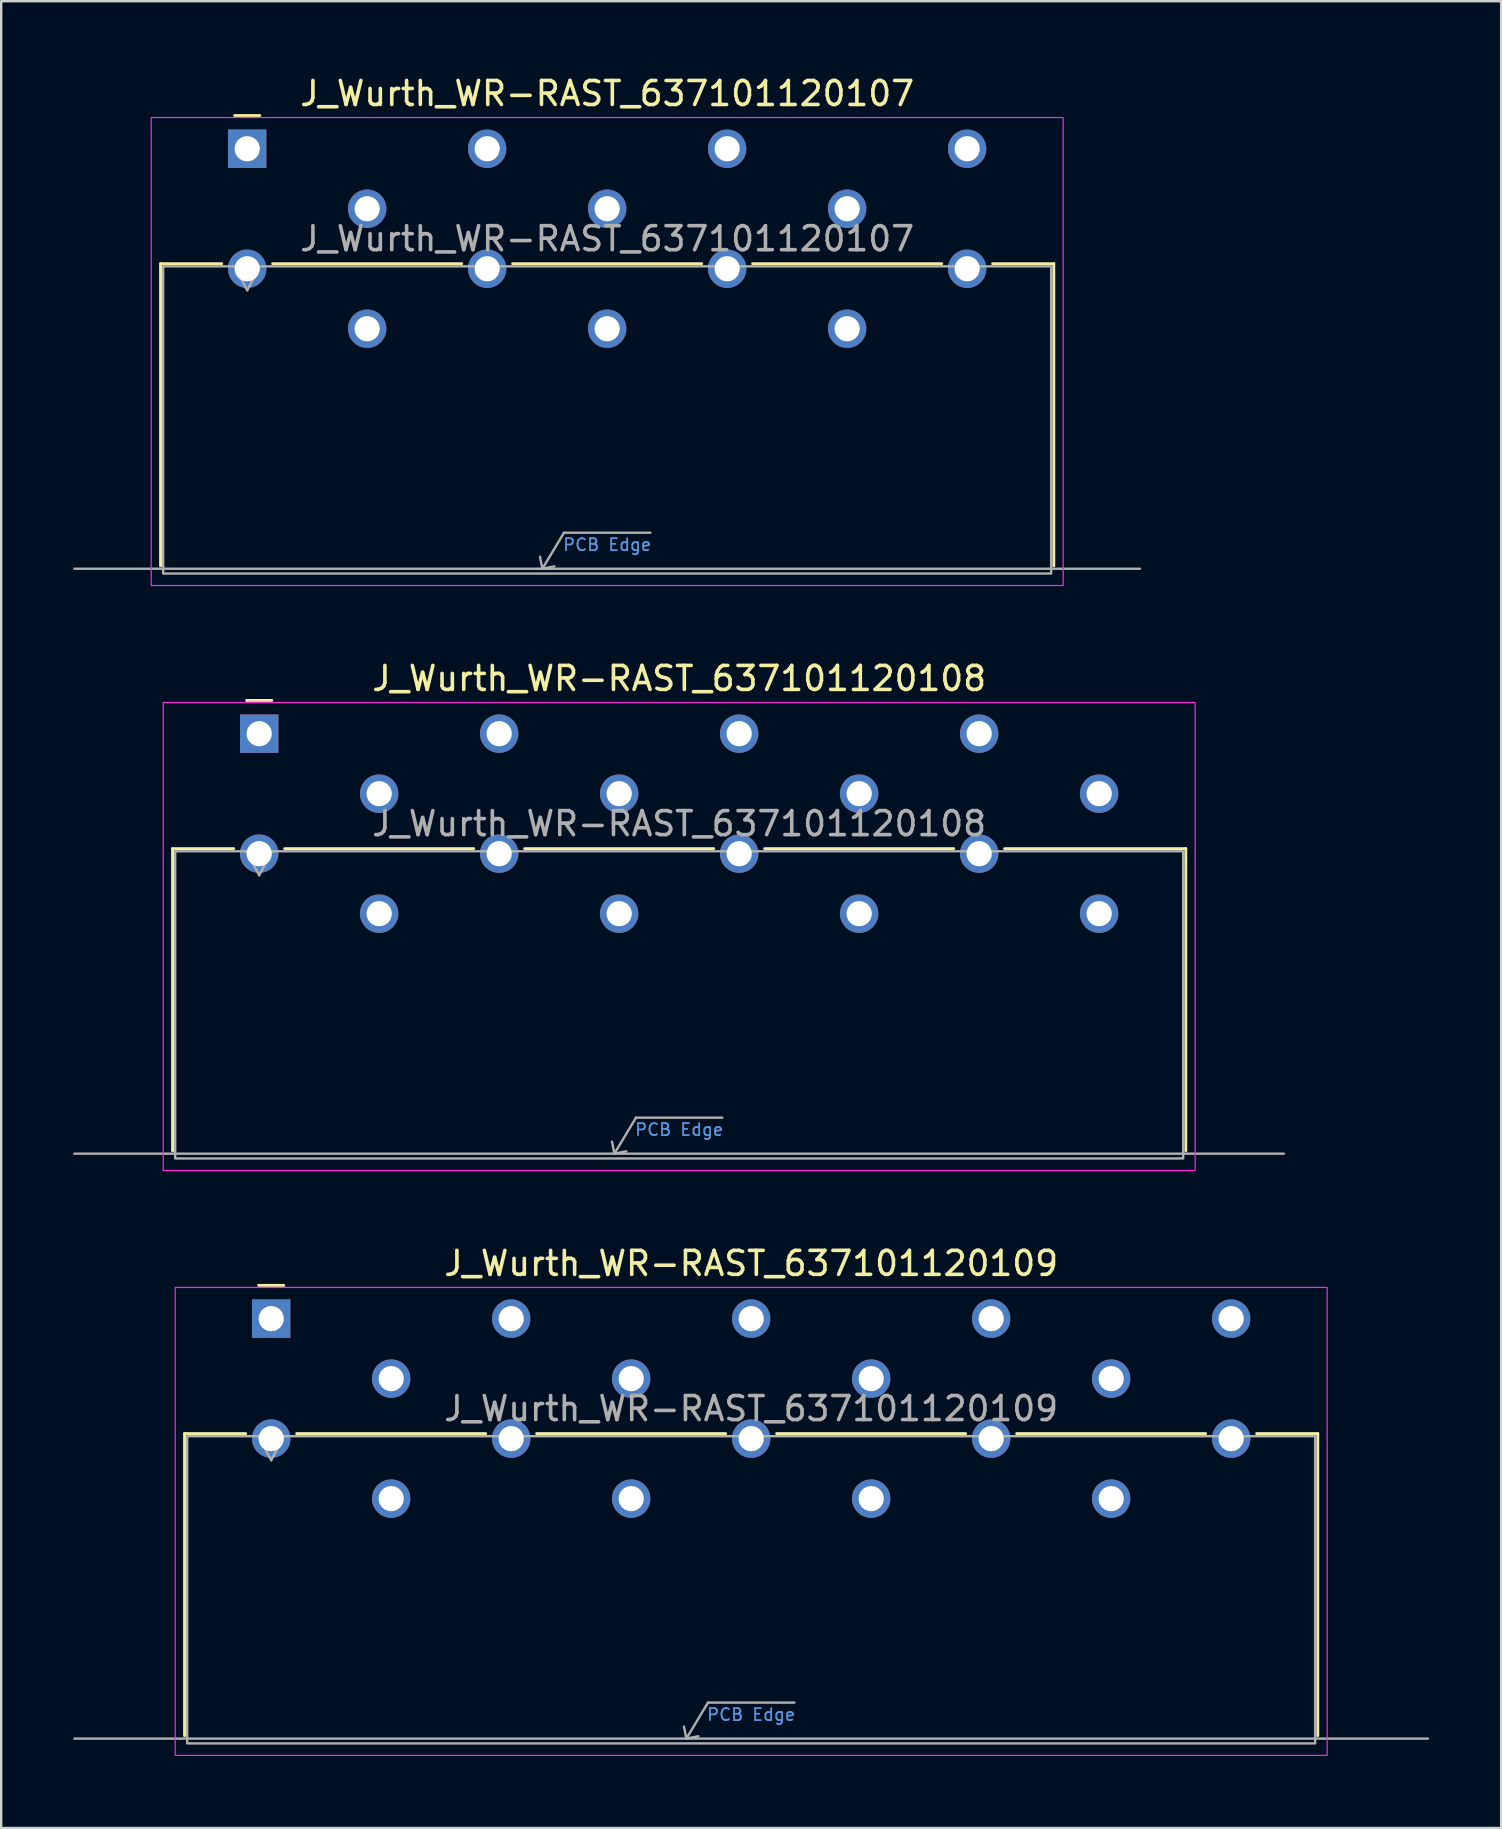
<source format=kicad_pcb>
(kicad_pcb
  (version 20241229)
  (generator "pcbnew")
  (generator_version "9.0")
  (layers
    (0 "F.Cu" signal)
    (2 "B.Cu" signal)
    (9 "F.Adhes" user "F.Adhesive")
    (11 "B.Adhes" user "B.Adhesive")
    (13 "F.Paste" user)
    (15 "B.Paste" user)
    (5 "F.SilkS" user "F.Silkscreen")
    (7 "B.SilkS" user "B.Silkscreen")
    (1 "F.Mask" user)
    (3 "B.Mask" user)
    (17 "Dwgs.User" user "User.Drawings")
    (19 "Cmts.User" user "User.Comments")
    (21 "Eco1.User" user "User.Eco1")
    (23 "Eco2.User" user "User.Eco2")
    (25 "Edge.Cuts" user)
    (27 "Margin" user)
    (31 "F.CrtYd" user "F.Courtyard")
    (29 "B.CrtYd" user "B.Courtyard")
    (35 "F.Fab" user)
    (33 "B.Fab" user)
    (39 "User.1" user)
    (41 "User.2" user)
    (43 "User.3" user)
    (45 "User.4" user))
  (footprint "J_Wurth_WR-RAST_637101120108"
    (layer "F.Cu")
    (at 7.75 27.521)
    (property "Reference" "J_Wurth_WR-RAST_637101120108" (at 17.5 -2.3 0) (unlocked yes) (layer "F.SilkS") (effects (font (size 1 1) (thickness 0.15))))
    (attr smd)
    (fp_line (start -3.61 4.79) (end -3.61 17.38) (stroke (width 0.12) (type default)) (layer "F.SilkS"))
    (fp_line (start -3.61 4.79) (end -1.06 4.79) (stroke (width 0.12) (type default)) (layer "F.SilkS"))
    (fp_line (start -0.525 -1.385) (end 0.525 -1.385) (stroke (width 0.12) (type default)) (layer "F.SilkS"))
    (fp_line (start 1.06 4.79) (end 8.94 4.79) (stroke (width 0.12) (type default)) (layer "F.SilkS"))
    (fp_line (start 11.06 4.79) (end 18.94 4.79) (stroke (width 0.12) (type default)) (layer "F.SilkS"))
    (fp_line (start 21.06 4.79) (end 28.94 4.79) (stroke (width 0.12) (type default)) (layer "F.SilkS"))
    (fp_line (start 38.61 4.79) (end 31.06 4.79) (stroke (width 0.12) (type default)) (layer "F.SilkS"))
    (fp_line (start 38.61 4.79) (end 38.61 17.38) (stroke (width 0.12) (type default)) (layer "F.SilkS"))
    (fp_rect (start -4 -1.3) (end 39 18.2) (stroke (width 0.05) (type default)) (fill no) (layer "F.CrtYd"))
    (fp_line (start -7.7 17.5) (end 42.7 17.5) (stroke (width 0.1) (type default)) (layer "F.Fab"))
    (fp_line (start -0.525 4.9) (end 0 5.9) (stroke (width 0.1) (type default)) (layer "F.Fab"))
    (fp_line (start 0.525 4.9) (end 0 5.9) (stroke (width 0.1) (type default)) (layer "F.Fab"))
    (fp_line (start 14.8 17.5) (end 14.7 17) (stroke (width 0.1) (type default)) (layer "F.Fab"))
    (fp_line (start 14.8 17.5) (end 15.3 17.4) (stroke (width 0.1) (type default)) (layer "F.Fab"))
    (fp_line (start 14.8 17.5) (end 15.7 16) (stroke (width 0.1) (type default)) (layer "F.Fab"))
    (fp_line (start 15.7 16) (end 19.3 16) (stroke (width 0.1) (type default)) (layer "F.Fab"))
    (fp_rect (start -3.5 4.9) (end 38.5 17.7) (stroke (width 0.1) (type default)) (fill no) (layer "F.Fab"))
    (fp_text user "PCB Edge" (at 17.5 16.5 0) (unlocked yes) (layer "Cmts.User") (effects (font (size 0.5 0.5) (thickness 0.075))))
    (fp_text user "${REFERENCE}" (at 17.5 3.75 0) (unlocked yes) (layer "F.Fab") (effects (font (size 1 1) (thickness 0.15))))
    (pad "1" thru_hole rect (at 0 0) (size 1.6 1.6) (drill 1.05) (layers "*.Cu" "*.Mask"))
    (pad "2" thru_hole circle (at 5 2.5) (size 1.6 1.6) (drill 1.05) (layers "*.Cu" "*.Mask"))
    (pad "3" thru_hole circle (at 10 0) (size 1.6 1.6) (drill 1.05) (layers "*.Cu" "*.Mask"))
    (pad "4" thru_hole circle (at 15 2.5) (size 1.6 1.6) (drill 1.05) (layers "*.Cu" "*.Mask"))
    (pad "5" thru_hole circle (at 20 0) (size 1.6 1.6) (drill 1.05) (layers "*.Cu" "*.Mask"))
    (pad "6" thru_hole circle (at 25 2.5) (size 1.6 1.6) (drill 1.05) (layers "*.Cu" "*.Mask"))
    (pad "7" thru_hole circle (at 30 0) (size 1.6 1.6) (drill 1.05) (layers "*.Cu" "*.Mask"))
    (pad "8" thru_hole circle (at 35 2.5) (size 1.6 1.6) (drill 1.05) (layers "*.Cu" "*.Mask"))
    (pad "A1" thru_hole circle (at 0 5) (size 1.6 1.6) (drill 1.05) (layers "*.Cu" "*.Mask"))
    (pad "A2" thru_hole circle (at 5 7.5) (size 1.6 1.6) (drill 1.05) (layers "*.Cu" "*.Mask"))
    (pad "A3" thru_hole circle (at 10 5) (size 1.6 1.6) (drill 1.05) (layers "*.Cu" "*.Mask"))
    (pad "A4" thru_hole circle (at 15 7.5) (size 1.6 1.6) (drill 1.05) (layers "*.Cu" "*.Mask"))
    (pad "A5" thru_hole circle (at 20 5) (size 1.6 1.6) (drill 1.05) (layers "*.Cu" "*.Mask"))
    (pad "A6" thru_hole circle (at 25 7.5) (size 1.6 1.6) (drill 1.05) (layers "*.Cu" "*.Mask"))
    (pad "A7" thru_hole circle (at 30 5) (size 1.6 1.6) (drill 1.05) (layers "*.Cu" "*.Mask"))
    (pad "A8" thru_hole circle (at 35 7.5) (size 1.6 1.6) (drill 1.05) (layers "*.Cu" "*.Mask")))
  (footprint "J_Wurth_WR-RAST_637101120109"
    (layer "F.Cu")
    (at 8.25 51.895)
    (property "Reference" "J_Wurth_WR-RAST_637101120109" (at 20 -2.3 0) (unlocked yes) (layer "F.SilkS") (effects (font (size 1 1) (thickness 0.15))))
    (attr smd)
    (fp_line (start -3.61 4.79) (end -3.61 17.38) (stroke (width 0.12) (type default)) (layer "F.SilkS"))
    (fp_line (start -3.61 4.79) (end -1.06 4.79) (stroke (width 0.12) (type default)) (layer "F.SilkS"))
    (fp_line (start -0.525 -1.385) (end 0.525 -1.385) (stroke (width 0.12) (type default)) (layer "F.SilkS"))
    (fp_line (start 1.06 4.79) (end 8.94 4.79) (stroke (width 0.12) (type default)) (layer "F.SilkS"))
    (fp_line (start 11.06 4.79) (end 18.94 4.79) (stroke (width 0.12) (type default)) (layer "F.SilkS"))
    (fp_line (start 21.06 4.79) (end 28.94 4.79) (stroke (width 0.12) (type default)) (layer "F.SilkS"))
    (fp_line (start 31.06 4.79) (end 38.94 4.79) (stroke (width 0.12) (type default)) (layer "F.SilkS"))
    (fp_line (start 43.61 4.79) (end 41.06 4.79) (stroke (width 0.12) (type default)) (layer "F.SilkS"))
    (fp_line (start 43.61 4.79) (end 43.61 17.38) (stroke (width 0.12) (type default)) (layer "F.SilkS"))
    (fp_rect (start -4 -1.3) (end 44 18.2) (stroke (width 0.05) (type default)) (fill no) (layer "F.CrtYd"))
    (fp_line (start -8.2 17.5) (end 48.2 17.5) (stroke (width 0.1) (type default)) (layer "F.Fab"))
    (fp_line (start -0.525 4.9) (end 0 5.9) (stroke (width 0.1) (type default)) (layer "F.Fab"))
    (fp_line (start 0.525 4.9) (end 0 5.9) (stroke (width 0.1) (type default)) (layer "F.Fab"))
    (fp_line (start 17.3 17.5) (end 17.2 17) (stroke (width 0.1) (type default)) (layer "F.Fab"))
    (fp_line (start 17.3 17.5) (end 17.8 17.4) (stroke (width 0.1) (type default)) (layer "F.Fab"))
    (fp_line (start 17.3 17.5) (end 18.2 16) (stroke (width 0.1) (type default)) (layer "F.Fab"))
    (fp_line (start 18.2 16) (end 21.8 16) (stroke (width 0.1) (type default)) (layer "F.Fab"))
    (fp_rect (start -3.5 4.9) (end 43.5 17.7) (stroke (width 0.1) (type default)) (fill no) (layer "F.Fab"))
    (fp_text user "PCB Edge" (at 20 16.5 0) (unlocked yes) (layer "Cmts.User") (effects (font (size 0.5 0.5) (thickness 0.075))))
    (fp_text user "${REFERENCE}" (at 20 3.75 0) (unlocked yes) (layer "F.Fab") (effects (font (size 1 1) (thickness 0.15))))
    (pad "1" thru_hole rect (at 0 0) (size 1.6 1.6) (drill 1.05) (layers "*.Cu" "*.Mask"))
    (pad "2" thru_hole circle (at 5 2.5) (size 1.6 1.6) (drill 1.05) (layers "*.Cu" "*.Mask"))
    (pad "3" thru_hole circle (at 10 0) (size 1.6 1.6) (drill 1.05) (layers "*.Cu" "*.Mask"))
    (pad "4" thru_hole circle (at 15 2.5) (size 1.6 1.6) (drill 1.05) (layers "*.Cu" "*.Mask"))
    (pad "5" thru_hole circle (at 20 0) (size 1.6 1.6) (drill 1.05) (layers "*.Cu" "*.Mask"))
    (pad "6" thru_hole circle (at 25 2.5) (size 1.6 1.6) (drill 1.05) (layers "*.Cu" "*.Mask"))
    (pad "7" thru_hole circle (at 30 0) (size 1.6 1.6) (drill 1.05) (layers "*.Cu" "*.Mask"))
    (pad "8" thru_hole circle (at 35 2.5) (size 1.6 1.6) (drill 1.05) (layers "*.Cu" "*.Mask"))
    (pad "9" thru_hole circle (at 40 0) (size 1.6 1.6) (drill 1.05) (layers "*.Cu" "*.Mask"))
    (pad "A1" thru_hole circle (at 0 5) (size 1.6 1.6) (drill 1.05) (layers "*.Cu" "*.Mask"))
    (pad "A2" thru_hole circle (at 5 7.5) (size 1.6 1.6) (drill 1.05) (layers "*.Cu" "*.Mask"))
    (pad "A3" thru_hole circle (at 10 5) (size 1.6 1.6) (drill 1.05) (layers "*.Cu" "*.Mask"))
    (pad "A4" thru_hole circle (at 15 7.5) (size 1.6 1.6) (drill 1.05) (layers "*.Cu" "*.Mask"))
    (pad "A5" thru_hole circle (at 20 5) (size 1.6 1.6) (drill 1.05) (layers "*.Cu" "*.Mask"))
    (pad "A6" thru_hole circle (at 25 7.5) (size 1.6 1.6) (drill 1.05) (layers "*.Cu" "*.Mask"))
    (pad "A7" thru_hole circle (at 30 5) (size 1.6 1.6) (drill 1.05) (layers "*.Cu" "*.Mask"))
    (pad "A8" thru_hole circle (at 35 7.5) (size 1.6 1.6) (drill 1.05) (layers "*.Cu" "*.Mask"))
    (pad "A9" thru_hole circle (at 40 5) (size 1.6 1.6) (drill 1.05) (layers "*.Cu" "*.Mask")))
  (footprint "J_Wurth_WR-RAST_637101120107"
    (layer "F.Cu")
    (at 7.25 3.148)
    (property "Reference" "J_Wurth_WR-RAST_637101120107" (at 15 -2.3 0) (unlocked yes) (layer "F.SilkS") (effects (font (size 1 1) (thickness 0.15))))
    (attr smd)
    (fp_line (start -3.61 4.79) (end -3.61 17.38) (stroke (width 0.12) (type default)) (layer "F.SilkS"))
    (fp_line (start -3.61 4.79) (end -1.06 4.79) (stroke (width 0.12) (type default)) (layer "F.SilkS"))
    (fp_line (start -0.525 -1.385) (end 0.525 -1.385) (stroke (width 0.12) (type default)) (layer "F.SilkS"))
    (fp_line (start 1.06 4.79) (end 8.94 4.79) (stroke (width 0.12) (type default)) (layer "F.SilkS"))
    (fp_line (start 11.06 4.79) (end 18.94 4.79) (stroke (width 0.12) (type default)) (layer "F.SilkS"))
    (fp_line (start 21.06 4.79) (end 28.94 4.79) (stroke (width 0.12) (type default)) (layer "F.SilkS"))
    (fp_line (start 33.61 4.79) (end 31.06 4.79) (stroke (width 0.12) (type default)) (layer "F.SilkS"))
    (fp_line (start 33.61 4.79) (end 33.61 17.38) (stroke (width 0.12) (type default)) (layer "F.SilkS"))
    (fp_rect (start -4 -1.3) (end 34 18.2) (stroke (width 0.05) (type default)) (fill no) (layer "F.CrtYd"))
    (fp_line (start -7.2 17.5) (end 37.2 17.5) (stroke (width 0.1) (type default)) (layer "F.Fab"))
    (fp_line (start -0.525 4.9) (end 0 5.9) (stroke (width 0.1) (type default)) (layer "F.Fab"))
    (fp_line (start 0.525 4.9) (end 0 5.9) (stroke (width 0.1) (type default)) (layer "F.Fab"))
    (fp_line (start 12.3 17.5) (end 12.2 17) (stroke (width 0.1) (type default)) (layer "F.Fab"))
    (fp_line (start 12.3 17.5) (end 12.8 17.4) (stroke (width 0.1) (type default)) (layer "F.Fab"))
    (fp_line (start 12.3 17.5) (end 13.2 16) (stroke (width 0.1) (type default)) (layer "F.Fab"))
    (fp_line (start 13.2 16) (end 16.8 16) (stroke (width 0.1) (type default)) (layer "F.Fab"))
    (fp_rect (start -3.5 4.9) (end 33.5 17.7) (stroke (width 0.1) (type default)) (fill no) (layer "F.Fab"))
    (fp_text user "PCB Edge" (at 15 16.5 0) (unlocked yes) (layer "Cmts.User") (effects (font (size 0.5 0.5) (thickness 0.075))))
    (fp_text user "${REFERENCE}" (at 15 3.75 0) (unlocked yes) (layer "F.Fab") (effects (font (size 1 1) (thickness 0.15))))
    (pad "1" thru_hole rect (at 0 0) (size 1.6 1.6) (drill 1.05) (layers "*.Cu" "*.Mask"))
    (pad "2" thru_hole circle (at 5 2.5) (size 1.6 1.6) (drill 1.05) (layers "*.Cu" "*.Mask"))
    (pad "3" thru_hole circle (at 10 0) (size 1.6 1.6) (drill 1.05) (layers "*.Cu" "*.Mask"))
    (pad "4" thru_hole circle (at 15 2.5) (size 1.6 1.6) (drill 1.05) (layers "*.Cu" "*.Mask"))
    (pad "5" thru_hole circle (at 20 0) (size 1.6 1.6) (drill 1.05) (layers "*.Cu" "*.Mask"))
    (pad "6" thru_hole circle (at 25 2.5) (size 1.6 1.6) (drill 1.05) (layers "*.Cu" "*.Mask"))
    (pad "7" thru_hole circle (at 30 0) (size 1.6 1.6) (drill 1.05) (layers "*.Cu" "*.Mask"))
    (pad "A1" thru_hole circle (at 0 5) (size 1.6 1.6) (drill 1.05) (layers "*.Cu" "*.Mask"))
    (pad "A2" thru_hole circle (at 5 7.5) (size 1.6 1.6) (drill 1.05) (layers "*.Cu" "*.Mask"))
    (pad "A3" thru_hole circle (at 10 5) (size 1.6 1.6) (drill 1.05) (layers "*.Cu" "*.Mask"))
    (pad "A4" thru_hole circle (at 15 7.5) (size 1.6 1.6) (drill 1.05) (layers "*.Cu" "*.Mask"))
    (pad "A5" thru_hole circle (at 20 5) (size 1.6 1.6) (drill 1.05) (layers "*.Cu" "*.Mask"))
    (pad "A6" thru_hole circle (at 25 7.5) (size 1.6 1.6) (drill 1.05) (layers "*.Cu" "*.Mask"))
    (pad "A7" thru_hole circle (at 30 5) (size 1.6 1.6) (drill 1.05) (layers "*.Cu" "*.Mask")))
  (gr_rect
    (start -3 -3)
    (end 59.5 73.12)
    (stroke (width 0.1) (type default))
    (fill no)
    (layer "Edge.Cuts")))
</source>
